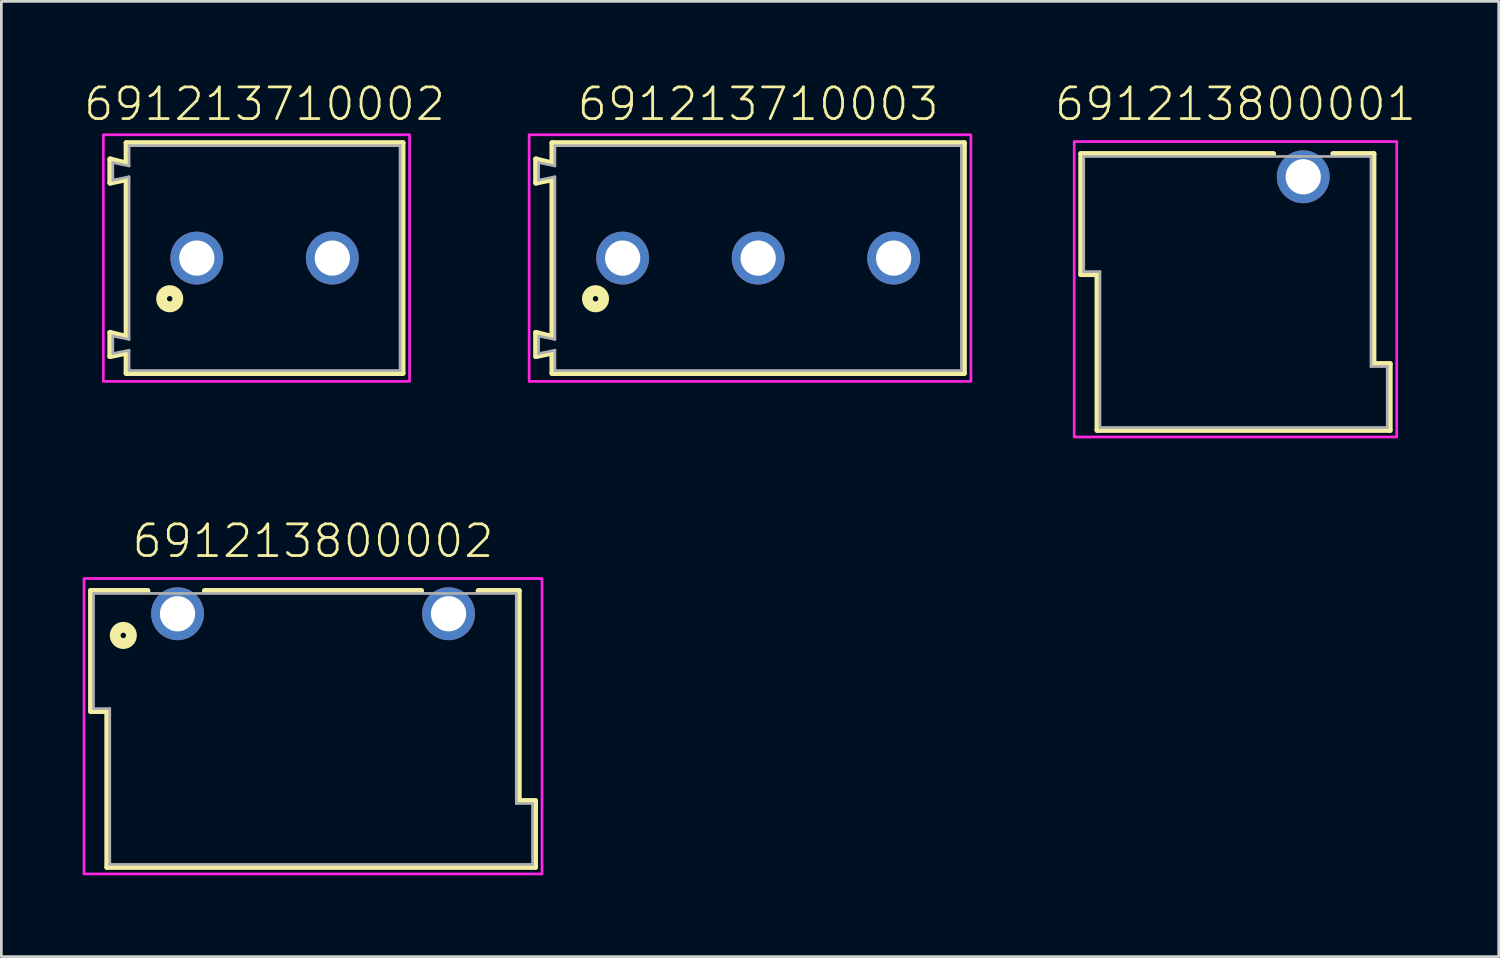
<source format=kicad_pcb>
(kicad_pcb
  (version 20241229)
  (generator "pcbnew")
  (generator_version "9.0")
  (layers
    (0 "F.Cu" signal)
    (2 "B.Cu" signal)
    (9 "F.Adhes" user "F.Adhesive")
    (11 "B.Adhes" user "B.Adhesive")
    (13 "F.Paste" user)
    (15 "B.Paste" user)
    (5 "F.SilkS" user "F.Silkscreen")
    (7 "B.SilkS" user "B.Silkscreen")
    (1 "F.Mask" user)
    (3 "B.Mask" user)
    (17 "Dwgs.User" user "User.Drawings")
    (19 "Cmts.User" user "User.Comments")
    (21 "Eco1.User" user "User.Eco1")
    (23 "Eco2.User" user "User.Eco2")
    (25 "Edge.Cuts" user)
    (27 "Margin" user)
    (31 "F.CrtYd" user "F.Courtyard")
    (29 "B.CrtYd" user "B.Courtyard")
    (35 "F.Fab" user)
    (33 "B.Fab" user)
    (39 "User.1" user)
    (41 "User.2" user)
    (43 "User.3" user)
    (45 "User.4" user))
  (footprint "691213710003"
    (layer "F.Cu")
    (at 24.924 6.473)
    (property "Reference" "691213710003" (at 0 -5 0) (unlocked yes) (layer "F.SilkS") (effects (font (size 1.168 1.168) (thickness 0.102)) (justify bottom)))
    (fp_line (start -8.2 -3.65) (end -7.6 -3.5) (stroke (width 0.2) (type solid)) (layer "F.SilkS"))
    (fp_line (start -8.2 -2.775) (end -8.2 -3.65) (stroke (width 0.2) (type solid)) (layer "F.SilkS"))
    (fp_line (start -8.2 2.75) (end -7.6 2.9) (stroke (width 0.2) (type solid)) (layer "F.SilkS"))
    (fp_line (start -8.2 3.625) (end -8.2 2.75) (stroke (width 0.2) (type solid)) (layer "F.SilkS"))
    (fp_line (start -7.6 -4.25) (end 7.6 -4.25) (stroke (width 0.2) (type solid)) (layer "F.SilkS"))
    (fp_line (start -7.6 -3.5) (end -7.6 -4.25) (stroke (width 0.2) (type solid)) (layer "F.SilkS"))
    (fp_line (start -7.6 -2.9) (end -8.2 -2.775) (stroke (width 0.2) (type solid)) (layer "F.SilkS"))
    (fp_line (start -7.6 2.9) (end -7.6 -2.9) (stroke (width 0.2) (type solid)) (layer "F.SilkS"))
    (fp_line (start -7.6 3.5) (end -8.2 3.625) (stroke (width 0.2) (type solid)) (layer "F.SilkS"))
    (fp_line (start -7.6 4.25) (end -7.6 3.5) (stroke (width 0.2) (type solid)) (layer "F.SilkS"))
    (fp_line (start 7.6 -4.25) (end 7.6 4.25) (stroke (width 0.2) (type solid)) (layer "F.SilkS"))
    (fp_line (start 7.6 4.25) (end -7.6 4.25) (stroke (width 0.2) (type solid)) (layer "F.SilkS"))
    (fp_circle (center -6 1.5) (end -5.9 1.5) (stroke (width 0.4) (type solid)) (fill no) (layer "F.SilkS"))
    (fp_poly (pts (xy 7.85 4.55) (xy -8.45 4.55) (xy -8.45 -4.55) (xy 7.85 -4.55)) (stroke (width 0.1) (type default)) (fill no) (layer "F.CrtYd"))
    (fp_line (start -8.1 -3.525) (end -8.1 -2.875) (stroke (width 0.1) (type solid)) (layer "F.Fab"))
    (fp_line (start -8.1 -2.875) (end -7.5 -3) (stroke (width 0.1) (type solid)) (layer "F.Fab"))
    (fp_line (start -8.1 2.875) (end -8.1 3.525) (stroke (width 0.1) (type solid)) (layer "F.Fab"))
    (fp_line (start -8.1 2.875) (end -7.5 3) (stroke (width 0.1) (type solid)) (layer "F.Fab"))
    (fp_line (start -8.1 3.525) (end -7.5 3.4) (stroke (width 0.1) (type solid)) (layer "F.Fab"))
    (fp_line (start -7.5 -4.15) (end -7.5 -3.4) (stroke (width 0.1) (type solid)) (layer "F.Fab"))
    (fp_line (start -7.5 -3.4) (end -8.1 -3.525) (stroke (width 0.1) (type solid)) (layer "F.Fab"))
    (fp_line (start -7.5 -3) (end -7.5 3) (stroke (width 0.1) (type solid)) (layer "F.Fab"))
    (fp_line (start -7.5 3.4) (end -7.5 4.15) (stroke (width 0.1) (type solid)) (layer "F.Fab"))
    (fp_line (start -7.5 4.15) (end 7.5 4.15) (stroke (width 0.1) (type solid)) (layer "F.Fab"))
    (fp_line (start 7.5 -4.15) (end -7.5 -4.15) (stroke (width 0.1) (type solid)) (layer "F.Fab"))
    (fp_line (start 7.5 4.15) (end 7.5 -4.15) (stroke (width 0.1) (type solid)) (layer "F.Fab"))
    (pad "1" thru_hole circle (at -5 0) (size 1.95 1.95) (drill 1.3) (layers "*.Cu" "*.Mask"))
    (pad "2" thru_hole circle (at 0 0) (size 1.95 1.95) (drill 1.3) (layers "*.Cu" "*.Mask"))
    (pad "3" thru_hole circle (at 5 0) (size 1.95 1.95) (drill 1.3) (layers "*.Cu" "*.Mask")))
  (footprint "691213710002"
    (layer "F.Cu")
    (at 6.712 6.473)
    (property "Reference" "691213710002" (at 0 -5 0) (unlocked yes) (layer "F.SilkS") (effects (font (size 1.168 1.168) (thickness 0.102)) (justify bottom)))
    (fp_line (start -5.7 -3.65) (end -5.1 -3.5) (stroke (width 0.2) (type solid)) (layer "F.SilkS"))
    (fp_line (start -5.7 -2.775) (end -5.7 -3.65) (stroke (width 0.2) (type solid)) (layer "F.SilkS"))
    (fp_line (start -5.7 2.75) (end -5.1 2.9) (stroke (width 0.2) (type solid)) (layer "F.SilkS"))
    (fp_line (start -5.7 3.625) (end -5.7 2.75) (stroke (width 0.2) (type solid)) (layer "F.SilkS"))
    (fp_line (start -5.1 -4.25) (end 5.1 -4.25) (stroke (width 0.2) (type solid)) (layer "F.SilkS"))
    (fp_line (start -5.1 -3.5) (end -5.1 -4.25) (stroke (width 0.2) (type solid)) (layer "F.SilkS"))
    (fp_line (start -5.1 -2.9) (end -5.7 -2.775) (stroke (width 0.2) (type solid)) (layer "F.SilkS"))
    (fp_line (start -5.1 2.9) (end -5.1 -2.9) (stroke (width 0.2) (type solid)) (layer "F.SilkS"))
    (fp_line (start -5.1 3.5) (end -5.7 3.625) (stroke (width 0.2) (type solid)) (layer "F.SilkS"))
    (fp_line (start -5.1 4.25) (end -5.1 3.5) (stroke (width 0.2) (type solid)) (layer "F.SilkS"))
    (fp_line (start 5.1 -4.25) (end 5.1 4.25) (stroke (width 0.2) (type solid)) (layer "F.SilkS"))
    (fp_line (start 5.1 4.25) (end -5.1 4.25) (stroke (width 0.2) (type solid)) (layer "F.SilkS"))
    (fp_circle (center -3.5 1.5) (end -3.4 1.5) (stroke (width 0.4) (type solid)) (fill no) (layer "F.SilkS"))
    (fp_poly (pts (xy 5.35 4.55) (xy -5.95 4.55) (xy -5.95 -4.55) (xy 5.35 -4.55)) (stroke (width 0.1) (type default)) (fill no) (layer "F.CrtYd"))
    (fp_line (start -5.6 -3.525) (end -5.6 -2.875) (stroke (width 0.1) (type solid)) (layer "F.Fab"))
    (fp_line (start -5.6 -2.875) (end -5 -3) (stroke (width 0.1) (type solid)) (layer "F.Fab"))
    (fp_line (start -5.6 2.875) (end -5.6 3.525) (stroke (width 0.1) (type solid)) (layer "F.Fab"))
    (fp_line (start -5.6 2.875) (end -5 3) (stroke (width 0.1) (type solid)) (layer "F.Fab"))
    (fp_line (start -5.6 3.525) (end -5 3.4) (stroke (width 0.1) (type solid)) (layer "F.Fab"))
    (fp_line (start -5 -4.15) (end -5 -3.4) (stroke (width 0.1) (type solid)) (layer "F.Fab"))
    (fp_line (start -5 -3.4) (end -5.6 -3.525) (stroke (width 0.1) (type solid)) (layer "F.Fab"))
    (fp_line (start -5 -3) (end -5 3) (stroke (width 0.1) (type solid)) (layer "F.Fab"))
    (fp_line (start -5 3.4) (end -5 4.15) (stroke (width 0.1) (type solid)) (layer "F.Fab"))
    (fp_line (start -5 4.15) (end 5 4.15) (stroke (width 0.1) (type solid)) (layer "F.Fab"))
    (fp_line (start 5 -4.15) (end -5 -4.15) (stroke (width 0.1) (type solid)) (layer "F.Fab"))
    (fp_line (start 5 4.15) (end 5 -4.15) (stroke (width 0.1) (type solid)) (layer "F.Fab"))
    (pad "1" thru_hole circle (at -2.5 0) (size 1.95 1.95) (drill 1.3) (layers "*.Cu" "*.Mask"))
    (pad "2" thru_hole circle (at 2.5 0) (size 1.95 1.95) (drill 1.3) (layers "*.Cu" "*.Mask")))
  (footprint "691213800002"
    (layer "F.Cu")
    (at 8.5 19.596)
    (property "Reference" "691213800002" (at 0 -2 0) (unlocked yes) (layer "F.SilkS") (effects (font (size 1.168 1.168) (thickness 0.102)) (justify bottom)))
    (fp_line (start -8.2 -0.85) (end -6.1 -0.85) (stroke (width 0.2) (type solid)) (layer "F.SilkS"))
    (fp_line (start -8.2 3.6) (end -8.2 -0.85) (stroke (width 0.2) (type solid)) (layer "F.SilkS"))
    (fp_line (start -7.6 3.6) (end -8.2 3.6) (stroke (width 0.2) (type solid)) (layer "F.SilkS"))
    (fp_line (start -7.6 9.35) (end -7.6 3.6) (stroke (width 0.2) (type solid)) (layer "F.SilkS"))
    (fp_line (start -4 -0.85) (end 4 -0.85) (stroke (width 0.2) (type solid)) (layer "F.SilkS"))
    (fp_line (start 7.6 -0.85) (end 6.1 -0.85) (stroke (width 0.2) (type solid)) (layer "F.SilkS"))
    (fp_line (start 7.6 -0.85) (end 7.6 6.9) (stroke (width 0.2) (type solid)) (layer "F.SilkS"))
    (fp_line (start 7.6 6.9) (end 8.2 6.9) (stroke (width 0.2) (type solid)) (layer "F.SilkS"))
    (fp_line (start 8.2 6.9) (end 8.2 9.35) (stroke (width 0.2) (type solid)) (layer "F.SilkS"))
    (fp_line (start 8.2 9.35) (end -7.6 9.35) (stroke (width 0.2) (type solid)) (layer "F.SilkS"))
    (fp_circle (center -7 0.8) (end -6.9 0.8) (stroke (width 0.4) (type solid)) (fill no) (layer "F.SilkS"))
    (fp_poly (pts (xy 8.45 9.6) (xy -8.45 9.6) (xy -8.45 -1.3) (xy 8.45 -1.3)) (stroke (width 0.1) (type default)) (fill no) (layer "F.CrtYd"))
    (fp_line (start -8.1 3.5) (end -8.1 -0.75) (stroke (width 0.1) (type solid)) (layer "F.Fab"))
    (fp_line (start -8.1 3.5) (end -7.5 3.5) (stroke (width 0.1) (type solid)) (layer "F.Fab"))
    (fp_line (start -7.5 9.25) (end -7.5 3.5) (stroke (width 0.1) (type solid)) (layer "F.Fab"))
    (fp_line (start 7.5 -0.75) (end -8.1 -0.75) (stroke (width 0.1) (type solid)) (layer "F.Fab"))
    (fp_line (start 7.5 -0.75) (end 7.5 7) (stroke (width 0.1) (type solid)) (layer "F.Fab"))
    (fp_line (start 7.5 7) (end 8.1 7) (stroke (width 0.1) (type solid)) (layer "F.Fab"))
    (fp_line (start 8.1 9.25) (end -7.5 9.25) (stroke (width 0.1) (type solid)) (layer "F.Fab"))
    (fp_line (start 8.1 9.25) (end 8.1 7) (stroke (width 0.1) (type solid)) (layer "F.Fab"))
    (pad "1" thru_hole circle (at -5 0 180) (size 1.95 1.95) (drill 1.3) (layers "*.Cu" "*.Mask"))
    (pad "2" thru_hole circle (at 5 0 180) (size 1.95 1.95) (drill 1.3) (layers "*.Cu" "*.Mask")))
  (footprint "691213800001"
    (layer "F.Cu")
    (at 45.036 3.473)
    (property "Reference" "691213800001" (at -2.5 -2 0) (unlocked yes) (layer "F.SilkS") (effects (font (size 1.168 1.168) (thickness 0.102)) (justify bottom)))
    (fp_line (start -8.2 -0.85) (end -1.1 -0.85) (stroke (width 0.2) (type solid)) (layer "F.SilkS"))
    (fp_line (start -8.2 3.6) (end -8.2 -0.85) (stroke (width 0.2) (type solid)) (layer "F.SilkS"))
    (fp_line (start -7.6 3.6) (end -8.2 3.6) (stroke (width 0.2) (type solid)) (layer "F.SilkS"))
    (fp_line (start -7.6 9.35) (end -7.6 3.6) (stroke (width 0.2) (type solid)) (layer "F.SilkS"))
    (fp_line (start 2.6 -0.85) (end 1.1 -0.85) (stroke (width 0.2) (type solid)) (layer "F.SilkS"))
    (fp_line (start 2.6 -0.85) (end 2.6 6.9) (stroke (width 0.2) (type solid)) (layer "F.SilkS"))
    (fp_line (start 2.6 6.9) (end 3.2 6.9) (stroke (width 0.2) (type solid)) (layer "F.SilkS"))
    (fp_line (start 3.2 6.9) (end 3.2 9.35) (stroke (width 0.2) (type solid)) (layer "F.SilkS"))
    (fp_line (start 3.2 9.35) (end -7.6 9.35) (stroke (width 0.2) (type solid)) (layer "F.SilkS"))
    (fp_poly (pts (xy 3.45 9.6) (xy -8.45 9.6) (xy -8.45 -1.3) (xy 3.45 -1.3)) (stroke (width 0.1) (type default)) (fill no) (layer "F.CrtYd"))
    (fp_line (start -8.1 3.5) (end -8.1 -0.75) (stroke (width 0.1) (type solid)) (layer "F.Fab"))
    (fp_line (start -8.1 3.5) (end -7.5 3.5) (stroke (width 0.1) (type solid)) (layer "F.Fab"))
    (fp_line (start -7.5 9.25) (end -7.5 3.5) (stroke (width 0.1) (type solid)) (layer "F.Fab"))
    (fp_line (start 2.5 -0.75) (end -8.1 -0.75) (stroke (width 0.1) (type solid)) (layer "F.Fab"))
    (fp_line (start 2.5 -0.75) (end 2.5 7) (stroke (width 0.1) (type solid)) (layer "F.Fab"))
    (fp_line (start 2.5 7) (end 3.1 7) (stroke (width 0.1) (type solid)) (layer "F.Fab"))
    (fp_line (start 3.1 9.25) (end -7.5 9.25) (stroke (width 0.1) (type solid)) (layer "F.Fab"))
    (fp_line (start 3.1 9.25) (end 3.1 7) (stroke (width 0.1) (type solid)) (layer "F.Fab"))
    (pad "1" thru_hole circle (at 0 0 180) (size 1.95 1.95) (drill 1.3) (layers "*.Cu" "*.Mask")))
  (gr_rect
    (start -3 -3)
    (end 52.249 32.246)
    (stroke (width 0.1) (type default))
    (fill no)
    (layer "Edge.Cuts")))
</source>
